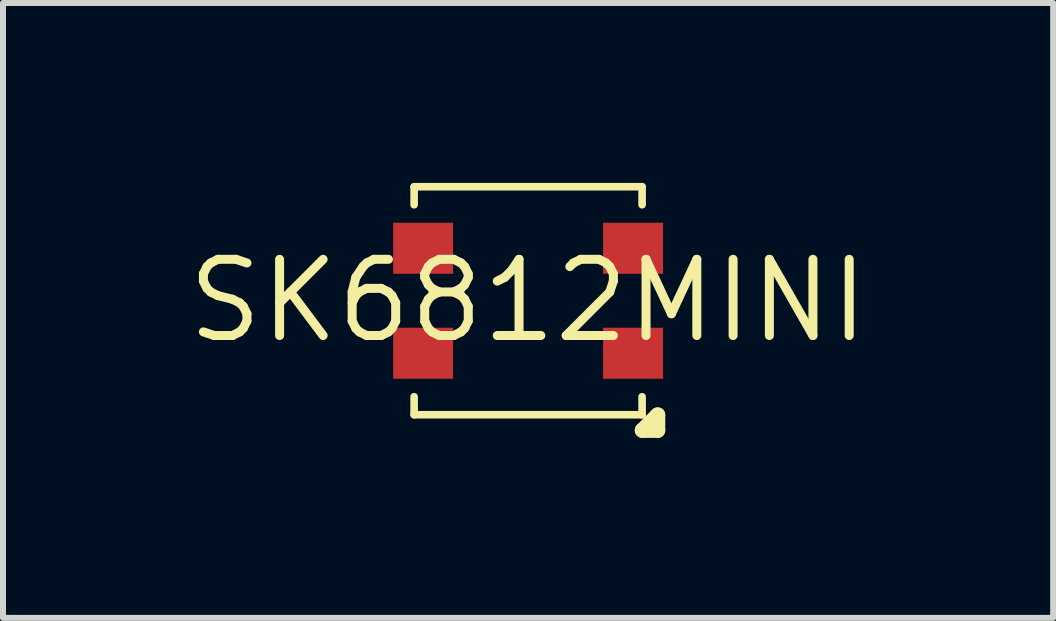
<source format=kicad_pcb>
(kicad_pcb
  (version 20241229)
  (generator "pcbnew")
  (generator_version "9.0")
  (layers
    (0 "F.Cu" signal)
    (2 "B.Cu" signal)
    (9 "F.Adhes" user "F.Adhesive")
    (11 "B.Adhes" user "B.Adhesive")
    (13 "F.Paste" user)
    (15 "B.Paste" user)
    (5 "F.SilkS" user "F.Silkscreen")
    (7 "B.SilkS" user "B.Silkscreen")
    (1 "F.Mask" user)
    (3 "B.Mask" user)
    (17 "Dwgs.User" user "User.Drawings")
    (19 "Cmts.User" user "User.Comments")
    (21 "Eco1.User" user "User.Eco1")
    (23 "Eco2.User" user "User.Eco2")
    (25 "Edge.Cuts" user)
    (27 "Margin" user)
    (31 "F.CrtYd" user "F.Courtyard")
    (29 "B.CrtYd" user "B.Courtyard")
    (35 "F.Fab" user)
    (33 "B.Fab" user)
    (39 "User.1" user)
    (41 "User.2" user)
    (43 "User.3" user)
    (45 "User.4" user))
  (footprint "SK6812MINI"
    (layer "F.Cu")
    (at 5.753 1.963)
    (property "Reference" "SK6812MINI" (at 0 0 0) (layer "F.SilkS") (effects (font (size 1.27 1.27) (thickness 0.15))))
    (fp_line (start -1.9 -1.9) (end -1.9 -1.6) (stroke (width 0.127) (type solid)) (layer "F.SilkS"))
    (fp_line (start -1.9 1.6) (end -1.9 1.9) (stroke (width 0.127) (type solid)) (layer "F.SilkS"))
    (fp_line (start 1.9 -1.9) (end -1.9 -1.9) (stroke (width 0.127) (type solid)) (layer "F.SilkS"))
    (fp_line (start 1.9 -1.9) (end 1.9 -1.6) (stroke (width 0.127) (type solid)) (layer "F.SilkS"))
    (fp_line (start 1.9 1.6) (end 1.9 1.9) (stroke (width 0.127) (type solid)) (layer "F.SilkS"))
    (fp_line (start 1.9 1.9) (end -1.9 1.9) (stroke (width 0.127) (type solid)) (layer "F.SilkS"))
    (fp_line (start 2.159 1.905) (end 1.905 2.159) (stroke (width 0.254) (type solid)) (layer "F.SilkS"))
    (fp_line (start 2.159 1.905) (end 2.159 2.159) (stroke (width 0.254) (type solid)) (layer "F.SilkS"))
    (fp_line (start 2.159 2.159) (end 1.905 2.159) (stroke (width 0.254) (type solid)) (layer "F.SilkS"))
    (fp_line (start -1.75 -1.75) (end -1.75 1.75) (stroke (width 0.127) (type solid)) (layer "User.4"))
    (fp_line (start 1.75 -1.75) (end -1.75 -1.75) (stroke (width 0.127) (type solid)) (layer "User.4"))
    (fp_line (start 1.75 -1.75) (end 1.75 1.75) (stroke (width 0.127) (type solid)) (layer "User.4"))
    (fp_line (start 1.75 1.75) (end -1.75 1.75) (stroke (width 0.127) (type solid)) (layer "User.4"))
    (fp_circle (center 0 0) (end 0 1.4) (stroke (width 0.127) (type solid)) (fill no) (layer "User.4"))
    (pad "1" smd rect (at -1.75 -0.875 90) (size 0.85 1) (layers "F.Cu" "F.Mask" "F.Paste"))
    (pad "2" smd rect (at -1.75 0.875 90) (size 0.85 1) (layers "F.Cu" "F.Mask" "F.Paste"))
    (pad "3" smd rect (at 1.75 0.875 90) (size 0.85 1) (layers "F.Cu" "F.Mask" "F.Paste"))
    (pad "4" smd rect (at 1.75 -0.875 90) (size 0.85 1) (layers "F.Cu" "F.Mask" "F.Paste")))
  (gr_rect
    (start -3 -3)
    (end 14.505 7.249)
    (stroke (width 0.1) (type default))
    (fill no)
    (layer "Edge.Cuts")))
</source>
